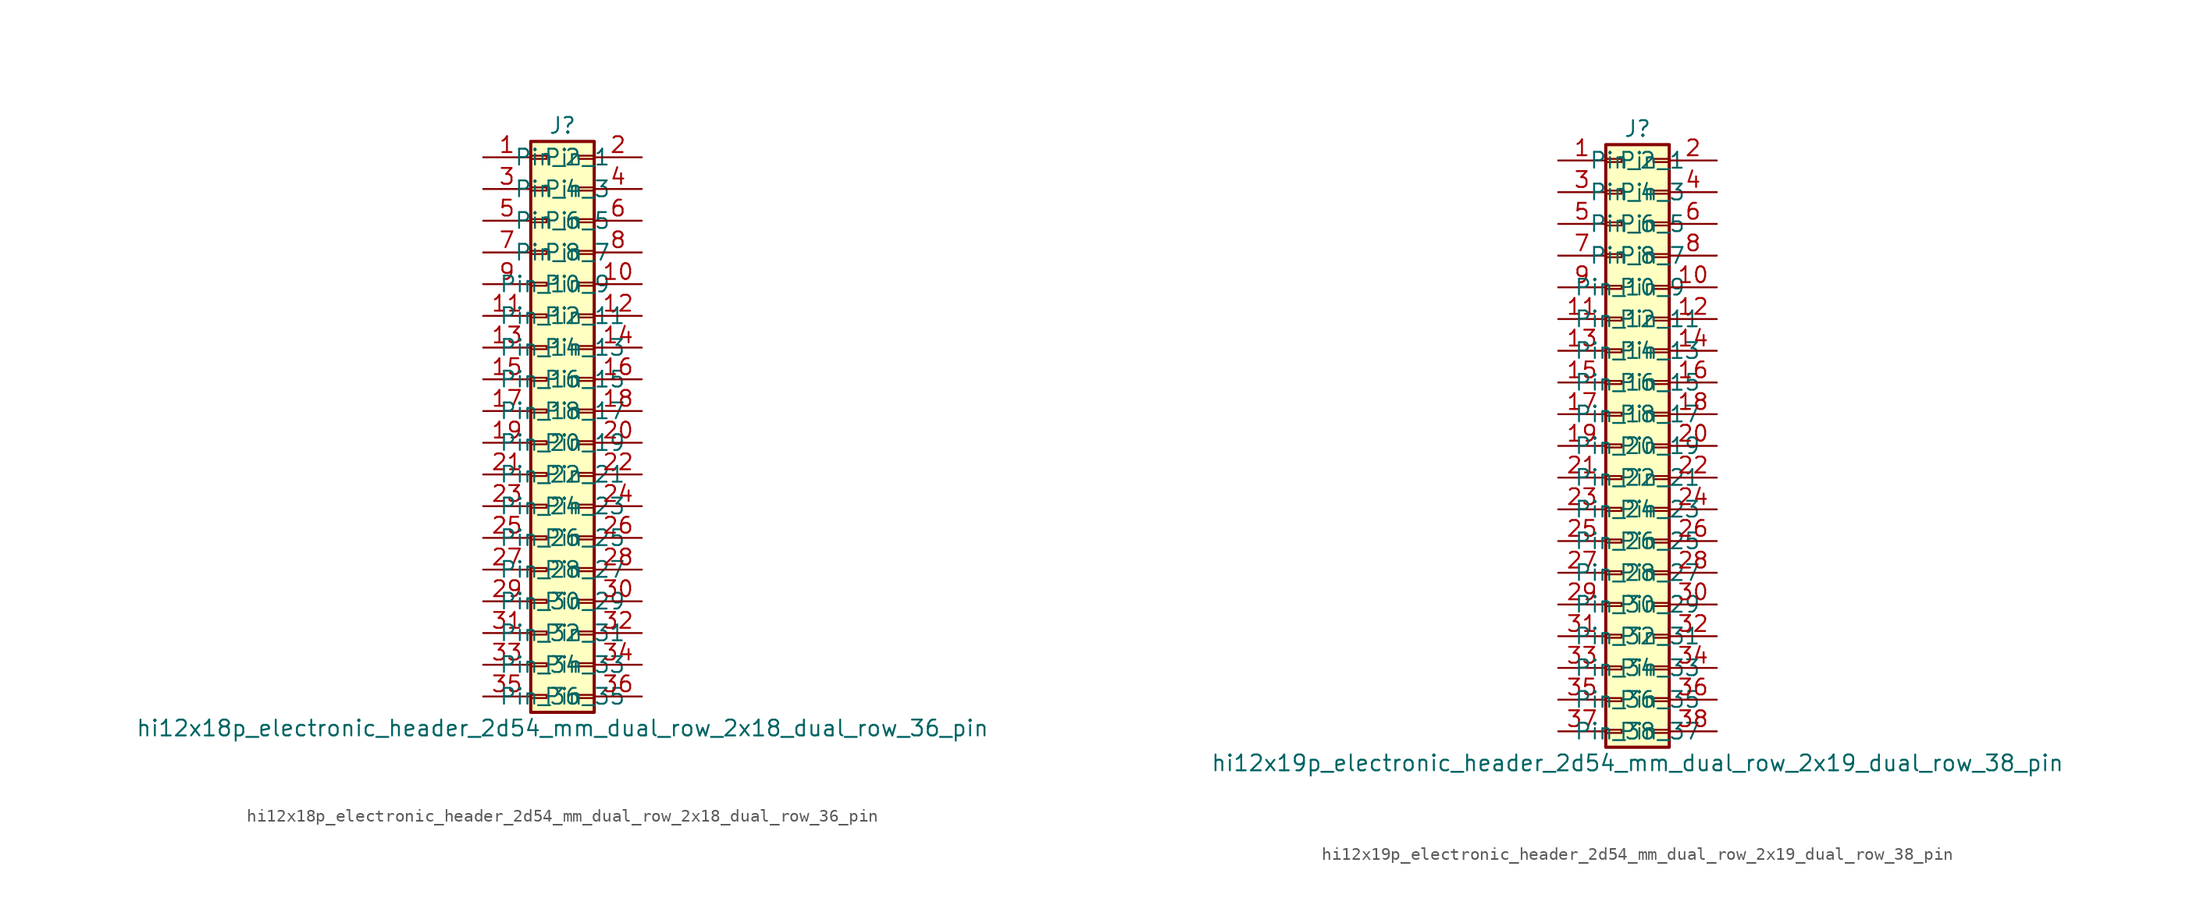
<source format=kicad_sym>
(kicad_symbol_lib
  (version 20220914)
  (generator kicad_symbol_editor)
  (symbol "hi12x18p_electronic_header_2d54_mm_dual_row_2x18_dual_row_36_pin"
    (pin_names
      (offset 1.016))
    (property "Reference" "J"
      (at 1.27 22.86 0)
      (effects (font (size 1.27 1.27))))
    (property "Value" "hi12x18p_electronic_header_2d54_mm_dual_row_2x18_dual_row_36_pin"
      (at 1.27 -25.4 0)
      (effects (font (size 1.27 1.27))))
    (symbol "hi12x18p_electronic_header_2d54_mm_dual_row_2x18_dual_row_36_pin_1_1"
      (rectangle (start -1.27 -22.733) (end 0 -22.987) (stroke (width 0.152) (type default)) (fill (type none)))
      (rectangle (start -1.27 -20.193) (end 0 -20.447) (stroke (width 0.152) (type default)) (fill (type none)))
      (rectangle (start -1.27 -17.653) (end 0 -17.907) (stroke (width 0.152) (type default)) (fill (type none)))
      (rectangle (start -1.27 -15.113) (end 0 -15.367) (stroke (width 0.152) (type default)) (fill (type none)))
      (rectangle (start -1.27 -12.573) (end 0 -12.827) (stroke (width 0.152) (type default)) (fill (type none)))
      (rectangle (start -1.27 -10.033) (end 0 -10.287) (stroke (width 0.152) (type default)) (fill (type none)))
      (rectangle (start -1.27 -7.493) (end 0 -7.747) (stroke (width 0.152) (type default)) (fill (type none)))
      (rectangle (start -1.27 -4.953) (end 0 -5.207) (stroke (width 0.152) (type default)) (fill (type none)))
      (rectangle (start -1.27 -2.413) (end 0 -2.667) (stroke (width 0.152) (type default)) (fill (type none)))
      (rectangle (start -1.27 0.127) (end 0 -0.127) (stroke (width 0.152) (type default)) (fill (type none)))
      (rectangle (start -1.27 2.667) (end 0 2.413) (stroke (width 0.152) (type default)) (fill (type none)))
      (rectangle (start -1.27 5.207) (end 0 4.953) (stroke (width 0.152) (type default)) (fill (type none)))
      (rectangle (start -1.27 7.747) (end 0 7.493) (stroke (width 0.152) (type default)) (fill (type none)))
      (rectangle (start -1.27 10.287) (end 0 10.033) (stroke (width 0.152) (type default)) (fill (type none)))
      (rectangle (start -1.27 12.827) (end 0 12.573) (stroke (width 0.152) (type default)) (fill (type none)))
      (rectangle (start -1.27 15.367) (end 0 15.113) (stroke (width 0.152) (type default)) (fill (type none)))
      (rectangle (start -1.27 17.907) (end 0 17.653) (stroke (width 0.152) (type default)) (fill (type none)))
      (rectangle (start -1.27 20.447) (end 0 20.193) (stroke (width 0.152) (type default)) (fill (type none)))
      (rectangle (start -1.27 21.59) (end 3.81 -24.13) (stroke (width 0.254) (type default)) (fill (type background)))
      (rectangle (start 3.81 -22.733) (end 2.54 -22.987) (stroke (width 0.152) (type default)) (fill (type none)))
      (rectangle (start 3.81 -20.193) (end 2.54 -20.447) (stroke (width 0.152) (type default)) (fill (type none)))
      (rectangle (start 3.81 -17.653) (end 2.54 -17.907) (stroke (width 0.152) (type default)) (fill (type none)))
      (rectangle (start 3.81 -15.113) (end 2.54 -15.367) (stroke (width 0.152) (type default)) (fill (type none)))
      (rectangle (start 3.81 -12.573) (end 2.54 -12.827) (stroke (width 0.152) (type default)) (fill (type none)))
      (rectangle (start 3.81 -10.033) (end 2.54 -10.287) (stroke (width 0.152) (type default)) (fill (type none)))
      (rectangle (start 3.81 -7.493) (end 2.54 -7.747) (stroke (width 0.152) (type default)) (fill (type none)))
      (rectangle (start 3.81 -4.953) (end 2.54 -5.207) (stroke (width 0.152) (type default)) (fill (type none)))
      (rectangle (start 3.81 -2.413) (end 2.54 -2.667) (stroke (width 0.152) (type default)) (fill (type none)))
      (rectangle (start 3.81 0.127) (end 2.54 -0.127) (stroke (width 0.152) (type default)) (fill (type none)))
      (rectangle (start 3.81 2.667) (end 2.54 2.413) (stroke (width 0.152) (type default)) (fill (type none)))
      (rectangle (start 3.81 5.207) (end 2.54 4.953) (stroke (width 0.152) (type default)) (fill (type none)))
      (rectangle (start 3.81 7.747) (end 2.54 7.493) (stroke (width 0.152) (type default)) (fill (type none)))
      (rectangle (start 3.81 10.287) (end 2.54 10.033) (stroke (width 0.152) (type default)) (fill (type none)))
      (rectangle (start 3.81 12.827) (end 2.54 12.573) (stroke (width 0.152) (type default)) (fill (type none)))
      (rectangle (start 3.81 15.367) (end 2.54 15.113) (stroke (width 0.152) (type default)) (fill (type none)))
      (rectangle (start 3.81 17.907) (end 2.54 17.653) (stroke (width 0.152) (type default)) (fill (type none)))
      (rectangle (start 3.81 20.447) (end 2.54 20.193) (stroke (width 0.152) (type default)) (fill (type none)))
      (pin passive line (at -5.08 20.32 0) (length 3.81) (name "Pin_1" (effects (font (size 1.27 1.27)))) (number "1" (effects (font (size 1.27 1.27)))))
      (pin passive line (at 7.62 10.16 180) (length 3.81) (name "Pin_10" (effects (font (size 1.27 1.27)))) (number "10" (effects (font (size 1.27 1.27)))))
      (pin passive line (at -5.08 7.62 0) (length 3.81) (name "Pin_11" (effects (font (size 1.27 1.27)))) (number "11" (effects (font (size 1.27 1.27)))))
      (pin passive line (at 7.62 7.62 180) (length 3.81) (name "Pin_12" (effects (font (size 1.27 1.27)))) (number "12" (effects (font (size 1.27 1.27)))))
      (pin passive line (at -5.08 5.08 0) (length 3.81) (name "Pin_13" (effects (font (size 1.27 1.27)))) (number "13" (effects (font (size 1.27 1.27)))))
      (pin passive line (at 7.62 5.08 180) (length 3.81) (name "Pin_14" (effects (font (size 1.27 1.27)))) (number "14" (effects (font (size 1.27 1.27)))))
      (pin passive line (at -5.08 2.54 0) (length 3.81) (name "Pin_15" (effects (font (size 1.27 1.27)))) (number "15" (effects (font (size 1.27 1.27)))))
      (pin passive line (at 7.62 2.54 180) (length 3.81) (name "Pin_16" (effects (font (size 1.27 1.27)))) (number "16" (effects (font (size 1.27 1.27)))))
      (pin passive line (at -5.08 0 0) (length 3.81) (name "Pin_17" (effects (font (size 1.27 1.27)))) (number "17" (effects (font (size 1.27 1.27)))))
      (pin passive line (at 7.62 0 180) (length 3.81) (name "Pin_18" (effects (font (size 1.27 1.27)))) (number "18" (effects (font (size 1.27 1.27)))))
      (pin passive line (at -5.08 -2.54 0) (length 3.81) (name "Pin_19" (effects (font (size 1.27 1.27)))) (number "19" (effects (font (size 1.27 1.27)))))
      (pin passive line (at 7.62 20.32 180) (length 3.81) (name "Pin_2" (effects (font (size 1.27 1.27)))) (number "2" (effects (font (size 1.27 1.27)))))
      (pin passive line (at 7.62 -2.54 180) (length 3.81) (name "Pin_20" (effects (font (size 1.27 1.27)))) (number "20" (effects (font (size 1.27 1.27)))))
      (pin passive line (at -5.08 -5.08 0) (length 3.81) (name "Pin_21" (effects (font (size 1.27 1.27)))) (number "21" (effects (font (size 1.27 1.27)))))
      (pin passive line (at 7.62 -5.08 180) (length 3.81) (name "Pin_22" (effects (font (size 1.27 1.27)))) (number "22" (effects (font (size 1.27 1.27)))))
      (pin passive line (at -5.08 -7.62 0) (length 3.81) (name "Pin_23" (effects (font (size 1.27 1.27)))) (number "23" (effects (font (size 1.27 1.27)))))
      (pin passive line (at 7.62 -7.62 180) (length 3.81) (name "Pin_24" (effects (font (size 1.27 1.27)))) (number "24" (effects (font (size 1.27 1.27)))))
      (pin passive line (at -5.08 -10.16 0) (length 3.81) (name "Pin_25" (effects (font (size 1.27 1.27)))) (number "25" (effects (font (size 1.27 1.27)))))
      (pin passive line (at 7.62 -10.16 180) (length 3.81) (name "Pin_26" (effects (font (size 1.27 1.27)))) (number "26" (effects (font (size 1.27 1.27)))))
      (pin passive line (at -5.08 -12.7 0) (length 3.81) (name "Pin_27" (effects (font (size 1.27 1.27)))) (number "27" (effects (font (size 1.27 1.27)))))
      (pin passive line (at 7.62 -12.7 180) (length 3.81) (name "Pin_28" (effects (font (size 1.27 1.27)))) (number "28" (effects (font (size 1.27 1.27)))))
      (pin passive line (at -5.08 -15.24 0) (length 3.81) (name "Pin_29" (effects (font (size 1.27 1.27)))) (number "29" (effects (font (size 1.27 1.27)))))
      (pin passive line (at -5.08 17.78 0) (length 3.81) (name "Pin_3" (effects (font (size 1.27 1.27)))) (number "3" (effects (font (size 1.27 1.27)))))
      (pin passive line (at 7.62 -15.24 180) (length 3.81) (name "Pin_30" (effects (font (size 1.27 1.27)))) (number "30" (effects (font (size 1.27 1.27)))))
      (pin passive line (at -5.08 -17.78 0) (length 3.81) (name "Pin_31" (effects (font (size 1.27 1.27)))) (number "31" (effects (font (size 1.27 1.27)))))
      (pin passive line (at 7.62 -17.78 180) (length 3.81) (name "Pin_32" (effects (font (size 1.27 1.27)))) (number "32" (effects (font (size 1.27 1.27)))))
      (pin passive line (at -5.08 -20.32 0) (length 3.81) (name "Pin_33" (effects (font (size 1.27 1.27)))) (number "33" (effects (font (size 1.27 1.27)))))
      (pin passive line (at 7.62 -20.32 180) (length 3.81) (name "Pin_34" (effects (font (size 1.27 1.27)))) (number "34" (effects (font (size 1.27 1.27)))))
      (pin passive line (at -5.08 -22.86 0) (length 3.81) (name "Pin_35" (effects (font (size 1.27 1.27)))) (number "35" (effects (font (size 1.27 1.27)))))
      (pin passive line (at 7.62 -22.86 180) (length 3.81) (name "Pin_36" (effects (font (size 1.27 1.27)))) (number "36" (effects (font (size 1.27 1.27)))))
      (pin passive line (at 7.62 17.78 180) (length 3.81) (name "Pin_4" (effects (font (size 1.27 1.27)))) (number "4" (effects (font (size 1.27 1.27)))))
      (pin passive line (at -5.08 15.24 0) (length 3.81) (name "Pin_5" (effects (font (size 1.27 1.27)))) (number "5" (effects (font (size 1.27 1.27)))))
      (pin passive line (at 7.62 15.24 180) (length 3.81) (name "Pin_6" (effects (font (size 1.27 1.27)))) (number "6" (effects (font (size 1.27 1.27)))))
      (pin passive line (at -5.08 12.7 0) (length 3.81) (name "Pin_7" (effects (font (size 1.27 1.27)))) (number "7" (effects (font (size 1.27 1.27)))))
      (pin passive line (at 7.62 12.7 180) (length 3.81) (name "Pin_8" (effects (font (size 1.27 1.27)))) (number "8" (effects (font (size 1.27 1.27)))))
      (pin passive line (at -5.08 10.16 0) (length 3.81) (name "Pin_9" (effects (font (size 1.27 1.27)))) (number "9" (effects (font (size 1.27 1.27)))))))
  (symbol "hi12x19p_electronic_header_2d54_mm_dual_row_2x19_dual_row_38_pin"
    (pin_names
      (offset 1.016))
    (property "Reference" "J"
      (at 1.27 25.4 0)
      (effects (font (size 1.27 1.27))))
    (property "Value" "hi12x19p_electronic_header_2d54_mm_dual_row_2x19_dual_row_38_pin"
      (at 1.27 -25.4 0)
      (effects (font (size 1.27 1.27))))
    (symbol "hi12x19p_electronic_header_2d54_mm_dual_row_2x19_dual_row_38_pin_1_1"
      (rectangle (start -1.27 -22.733) (end 0 -22.987) (stroke (width 0.152) (type default)) (fill (type none)))
      (rectangle (start -1.27 -20.193) (end 0 -20.447) (stroke (width 0.152) (type default)) (fill (type none)))
      (rectangle (start -1.27 -17.653) (end 0 -17.907) (stroke (width 0.152) (type default)) (fill (type none)))
      (rectangle (start -1.27 -15.113) (end 0 -15.367) (stroke (width 0.152) (type default)) (fill (type none)))
      (rectangle (start -1.27 -12.573) (end 0 -12.827) (stroke (width 0.152) (type default)) (fill (type none)))
      (rectangle (start -1.27 -10.033) (end 0 -10.287) (stroke (width 0.152) (type default)) (fill (type none)))
      (rectangle (start -1.27 -7.493) (end 0 -7.747) (stroke (width 0.152) (type default)) (fill (type none)))
      (rectangle (start -1.27 -4.953) (end 0 -5.207) (stroke (width 0.152) (type default)) (fill (type none)))
      (rectangle (start -1.27 -2.413) (end 0 -2.667) (stroke (width 0.152) (type default)) (fill (type none)))
      (rectangle (start -1.27 0.127) (end 0 -0.127) (stroke (width 0.152) (type default)) (fill (type none)))
      (rectangle (start -1.27 2.667) (end 0 2.413) (stroke (width 0.152) (type default)) (fill (type none)))
      (rectangle (start -1.27 5.207) (end 0 4.953) (stroke (width 0.152) (type default)) (fill (type none)))
      (rectangle (start -1.27 7.747) (end 0 7.493) (stroke (width 0.152) (type default)) (fill (type none)))
      (rectangle (start -1.27 10.287) (end 0 10.033) (stroke (width 0.152) (type default)) (fill (type none)))
      (rectangle (start -1.27 12.827) (end 0 12.573) (stroke (width 0.152) (type default)) (fill (type none)))
      (rectangle (start -1.27 15.367) (end 0 15.113) (stroke (width 0.152) (type default)) (fill (type none)))
      (rectangle (start -1.27 17.907) (end 0 17.653) (stroke (width 0.152) (type default)) (fill (type none)))
      (rectangle (start -1.27 20.447) (end 0 20.193) (stroke (width 0.152) (type default)) (fill (type none)))
      (rectangle (start -1.27 22.987) (end 0 22.733) (stroke (width 0.152) (type default)) (fill (type none)))
      (rectangle (start -1.27 24.13) (end 3.81 -24.13) (stroke (width 0.254) (type default)) (fill (type background)))
      (rectangle (start 3.81 -22.733) (end 2.54 -22.987) (stroke (width 0.152) (type default)) (fill (type none)))
      (rectangle (start 3.81 -20.193) (end 2.54 -20.447) (stroke (width 0.152) (type default)) (fill (type none)))
      (rectangle (start 3.81 -17.653) (end 2.54 -17.907) (stroke (width 0.152) (type default)) (fill (type none)))
      (rectangle (start 3.81 -15.113) (end 2.54 -15.367) (stroke (width 0.152) (type default)) (fill (type none)))
      (rectangle (start 3.81 -12.573) (end 2.54 -12.827) (stroke (width 0.152) (type default)) (fill (type none)))
      (rectangle (start 3.81 -10.033) (end 2.54 -10.287) (stroke (width 0.152) (type default)) (fill (type none)))
      (rectangle (start 3.81 -7.493) (end 2.54 -7.747) (stroke (width 0.152) (type default)) (fill (type none)))
      (rectangle (start 3.81 -4.953) (end 2.54 -5.207) (stroke (width 0.152) (type default)) (fill (type none)))
      (rectangle (start 3.81 -2.413) (end 2.54 -2.667) (stroke (width 0.152) (type default)) (fill (type none)))
      (rectangle (start 3.81 0.127) (end 2.54 -0.127) (stroke (width 0.152) (type default)) (fill (type none)))
      (rectangle (start 3.81 2.667) (end 2.54 2.413) (stroke (width 0.152) (type default)) (fill (type none)))
      (rectangle (start 3.81 5.207) (end 2.54 4.953) (stroke (width 0.152) (type default)) (fill (type none)))
      (rectangle (start 3.81 7.747) (end 2.54 7.493) (stroke (width 0.152) (type default)) (fill (type none)))
      (rectangle (start 3.81 10.287) (end 2.54 10.033) (stroke (width 0.152) (type default)) (fill (type none)))
      (rectangle (start 3.81 12.827) (end 2.54 12.573) (stroke (width 0.152) (type default)) (fill (type none)))
      (rectangle (start 3.81 15.367) (end 2.54 15.113) (stroke (width 0.152) (type default)) (fill (type none)))
      (rectangle (start 3.81 17.907) (end 2.54 17.653) (stroke (width 0.152) (type default)) (fill (type none)))
      (rectangle (start 3.81 20.447) (end 2.54 20.193) (stroke (width 0.152) (type default)) (fill (type none)))
      (rectangle (start 3.81 22.987) (end 2.54 22.733) (stroke (width 0.152) (type default)) (fill (type none)))
      (pin passive line (at -5.08 22.86 0) (length 3.81) (name "Pin_1" (effects (font (size 1.27 1.27)))) (number "1" (effects (font (size 1.27 1.27)))))
      (pin passive line (at 7.62 12.7 180) (length 3.81) (name "Pin_10" (effects (font (size 1.27 1.27)))) (number "10" (effects (font (size 1.27 1.27)))))
      (pin passive line (at -5.08 10.16 0) (length 3.81) (name "Pin_11" (effects (font (size 1.27 1.27)))) (number "11" (effects (font (size 1.27 1.27)))))
      (pin passive line (at 7.62 10.16 180) (length 3.81) (name "Pin_12" (effects (font (size 1.27 1.27)))) (number "12" (effects (font (size 1.27 1.27)))))
      (pin passive line (at -5.08 7.62 0) (length 3.81) (name "Pin_13" (effects (font (size 1.27 1.27)))) (number "13" (effects (font (size 1.27 1.27)))))
      (pin passive line (at 7.62 7.62 180) (length 3.81) (name "Pin_14" (effects (font (size 1.27 1.27)))) (number "14" (effects (font (size 1.27 1.27)))))
      (pin passive line (at -5.08 5.08 0) (length 3.81) (name "Pin_15" (effects (font (size 1.27 1.27)))) (number "15" (effects (font (size 1.27 1.27)))))
      (pin passive line (at 7.62 5.08 180) (length 3.81) (name "Pin_16" (effects (font (size 1.27 1.27)))) (number "16" (effects (font (size 1.27 1.27)))))
      (pin passive line (at -5.08 2.54 0) (length 3.81) (name "Pin_17" (effects (font (size 1.27 1.27)))) (number "17" (effects (font (size 1.27 1.27)))))
      (pin passive line (at 7.62 2.54 180) (length 3.81) (name "Pin_18" (effects (font (size 1.27 1.27)))) (number "18" (effects (font (size 1.27 1.27)))))
      (pin passive line (at -5.08 0 0) (length 3.81) (name "Pin_19" (effects (font (size 1.27 1.27)))) (number "19" (effects (font (size 1.27 1.27)))))
      (pin passive line (at 7.62 22.86 180) (length 3.81) (name "Pin_2" (effects (font (size 1.27 1.27)))) (number "2" (effects (font (size 1.27 1.27)))))
      (pin passive line (at 7.62 0 180) (length 3.81) (name "Pin_20" (effects (font (size 1.27 1.27)))) (number "20" (effects (font (size 1.27 1.27)))))
      (pin passive line (at -5.08 -2.54 0) (length 3.81) (name "Pin_21" (effects (font (size 1.27 1.27)))) (number "21" (effects (font (size 1.27 1.27)))))
      (pin passive line (at 7.62 -2.54 180) (length 3.81) (name "Pin_22" (effects (font (size 1.27 1.27)))) (number "22" (effects (font (size 1.27 1.27)))))
      (pin passive line (at -5.08 -5.08 0) (length 3.81) (name "Pin_23" (effects (font (size 1.27 1.27)))) (number "23" (effects (font (size 1.27 1.27)))))
      (pin passive line (at 7.62 -5.08 180) (length 3.81) (name "Pin_24" (effects (font (size 1.27 1.27)))) (number "24" (effects (font (size 1.27 1.27)))))
      (pin passive line (at -5.08 -7.62 0) (length 3.81) (name "Pin_25" (effects (font (size 1.27 1.27)))) (number "25" (effects (font (size 1.27 1.27)))))
      (pin passive line (at 7.62 -7.62 180) (length 3.81) (name "Pin_26" (effects (font (size 1.27 1.27)))) (number "26" (effects (font (size 1.27 1.27)))))
      (pin passive line (at -5.08 -10.16 0) (length 3.81) (name "Pin_27" (effects (font (size 1.27 1.27)))) (number "27" (effects (font (size 1.27 1.27)))))
      (pin passive line (at 7.62 -10.16 180) (length 3.81) (name "Pin_28" (effects (font (size 1.27 1.27)))) (number "28" (effects (font (size 1.27 1.27)))))
      (pin passive line (at -5.08 -12.7 0) (length 3.81) (name "Pin_29" (effects (font (size 1.27 1.27)))) (number "29" (effects (font (size 1.27 1.27)))))
      (pin passive line (at -5.08 20.32 0) (length 3.81) (name "Pin_3" (effects (font (size 1.27 1.27)))) (number "3" (effects (font (size 1.27 1.27)))))
      (pin passive line (at 7.62 -12.7 180) (length 3.81) (name "Pin_30" (effects (font (size 1.27 1.27)))) (number "30" (effects (font (size 1.27 1.27)))))
      (pin passive line (at -5.08 -15.24 0) (length 3.81) (name "Pin_31" (effects (font (size 1.27 1.27)))) (number "31" (effects (font (size 1.27 1.27)))))
      (pin passive line (at 7.62 -15.24 180) (length 3.81) (name "Pin_32" (effects (font (size 1.27 1.27)))) (number "32" (effects (font (size 1.27 1.27)))))
      (pin passive line (at -5.08 -17.78 0) (length 3.81) (name "Pin_33" (effects (font (size 1.27 1.27)))) (number "33" (effects (font (size 1.27 1.27)))))
      (pin passive line (at 7.62 -17.78 180) (length 3.81) (name "Pin_34" (effects (font (size 1.27 1.27)))) (number "34" (effects (font (size 1.27 1.27)))))
      (pin passive line (at -5.08 -20.32 0) (length 3.81) (name "Pin_35" (effects (font (size 1.27 1.27)))) (number "35" (effects (font (size 1.27 1.27)))))
      (pin passive line (at 7.62 -20.32 180) (length 3.81) (name "Pin_36" (effects (font (size 1.27 1.27)))) (number "36" (effects (font (size 1.27 1.27)))))
      (pin passive line (at -5.08 -22.86 0) (length 3.81) (name "Pin_37" (effects (font (size 1.27 1.27)))) (number "37" (effects (font (size 1.27 1.27)))))
      (pin passive line (at 7.62 -22.86 180) (length 3.81) (name "Pin_38" (effects (font (size 1.27 1.27)))) (number "38" (effects (font (size 1.27 1.27)))))
      (pin passive line (at 7.62 20.32 180) (length 3.81) (name "Pin_4" (effects (font (size 1.27 1.27)))) (number "4" (effects (font (size 1.27 1.27)))))
      (pin passive line (at -5.08 17.78 0) (length 3.81) (name "Pin_5" (effects (font (size 1.27 1.27)))) (number "5" (effects (font (size 1.27 1.27)))))
      (pin passive line (at 7.62 17.78 180) (length 3.81) (name "Pin_6" (effects (font (size 1.27 1.27)))) (number "6" (effects (font (size 1.27 1.27)))))
      (pin passive line (at -5.08 15.24 0) (length 3.81) (name "Pin_7" (effects (font (size 1.27 1.27)))) (number "7" (effects (font (size 1.27 1.27)))))
      (pin passive line (at 7.62 15.24 180) (length 3.81) (name "Pin_8" (effects (font (size 1.27 1.27)))) (number "8" (effects (font (size 1.27 1.27)))))
      (pin passive line (at -5.08 12.7 0) (length 3.81) (name "Pin_9" (effects (font (size 1.27 1.27)))) (number "9" (effects (font (size 1.27 1.27))))))))
</source>
